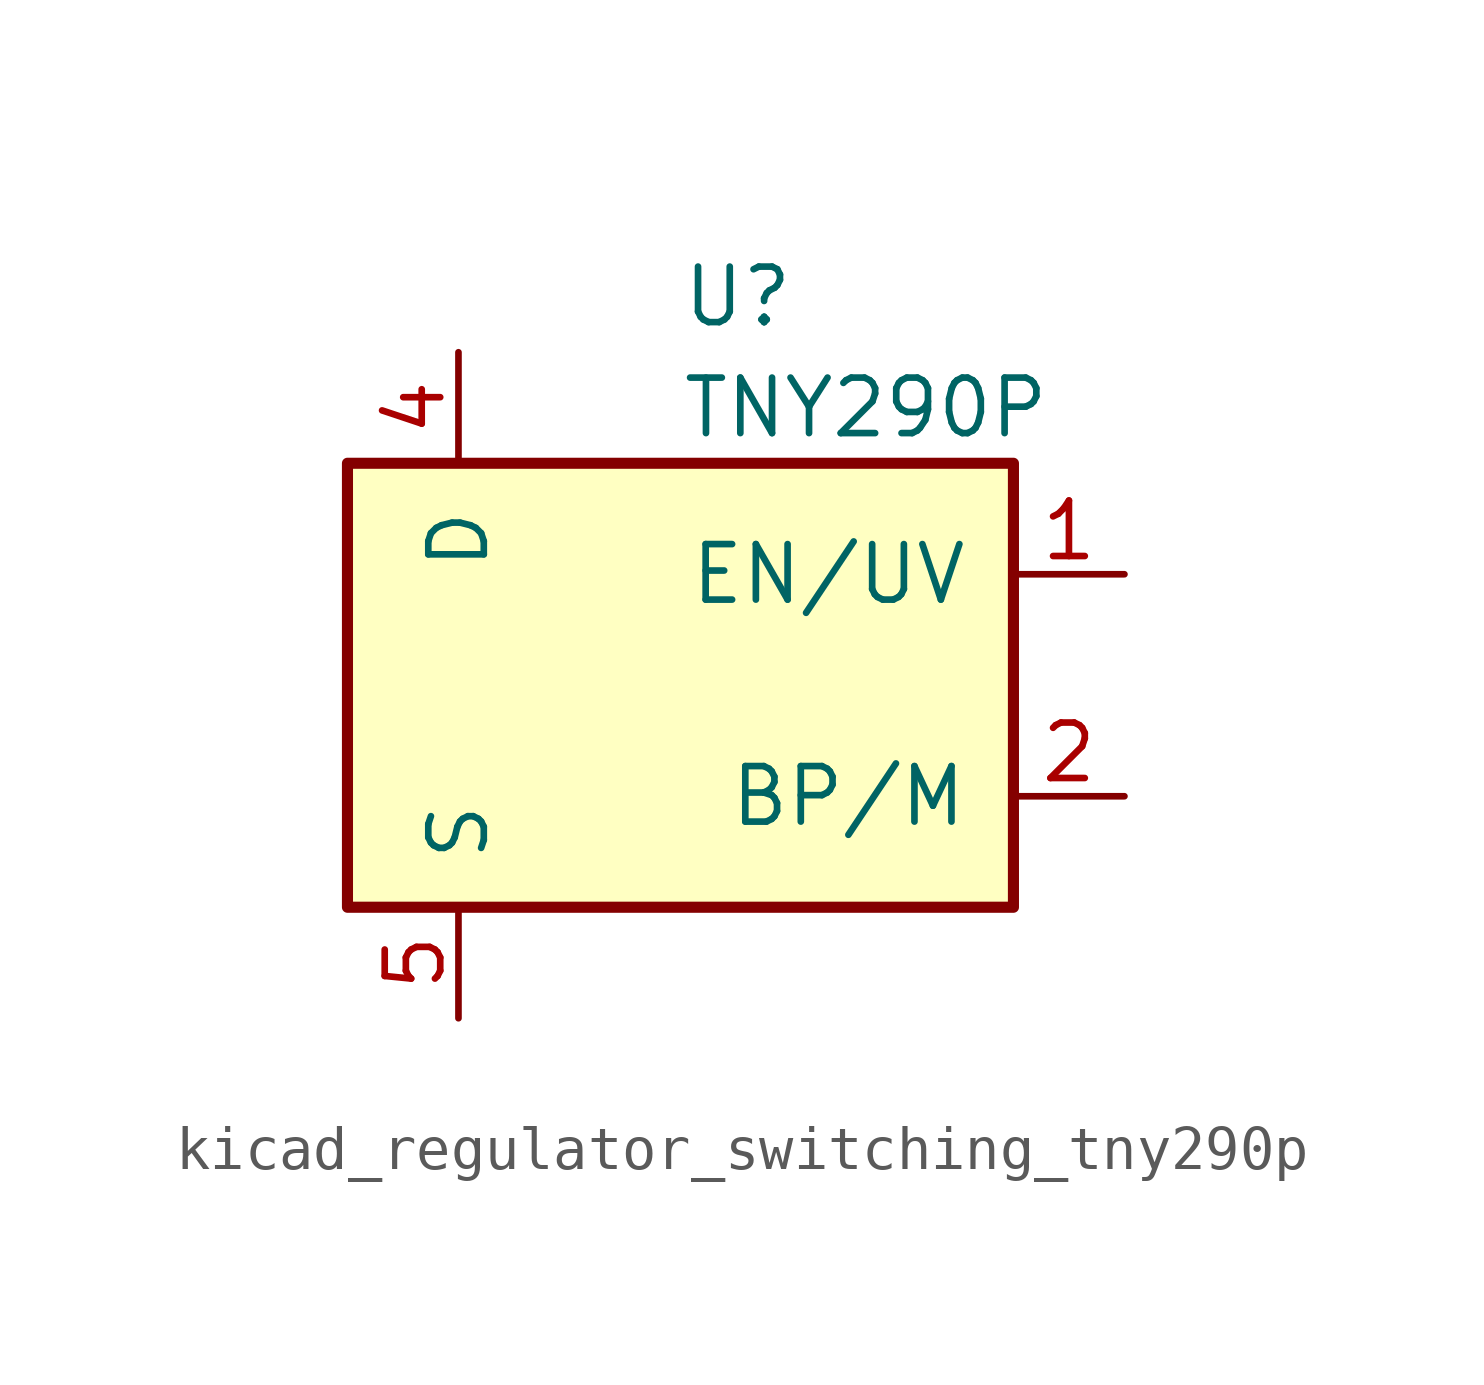
<source format=kicad_sym>
(kicad_symbol_lib
  (version 20220914)
  (generator kicad_symbol_editor)
  (symbol "kicad_regulator_switching_tny290p"
    (pin_names
      (offset 1.016))
    (property "Reference" "U"
      (at 0 8.89 0)
      (effects (font (size 1.27 1.27)) (justify left)))
    (property "Value" "TNY290P"
      (at 0 6.35 0)
      (effects (font (size 1.27 1.27)) (justify left)))
    (symbol "kicad_regulator_switching_tny290p_0_1"
      (rectangle (start -7.62 5.08) (end 7.62 -5.08) (stroke (width 0.254) (type default)) (fill (type background))))
    (symbol "kicad_regulator_switching_tny290p_1_1"
      (pin input line (at 10.16 2.54 180) (length 2.54) (name "EN/UV" (effects (font (size 1.27 1.27)))) (number "1" (effects (font (size 1.27 1.27)))))
      (pin input line (at 10.16 -2.54 180) (length 2.54) (name "BP/M" (effects (font (size 1.27 1.27)))) (number "2" (effects (font (size 1.27 1.27)))))
      (pin open_collector line (at -5.08 7.62 270) (length 2.54) (name "D" (effects (font (size 1.27 1.27)))) (number "4" (effects (font (size 1.27 1.27)))))
      (pin power_in line (at -5.08 -7.62 90) (length 2.54) (name "S" (effects (font (size 1.27 1.27)))) (number "5" (effects (font (size 1.27 1.27)))))
      (pin passive line (at -5.08 -7.62 90) (length 2.54) hide (name "S" (effects (font (size 1.27 1.27)))) (number "6" (effects (font (size 1.27 1.27)))))
      (pin passive line (at -5.08 -7.62 90) (length 2.54) hide (name "S" (effects (font (size 1.27 1.27)))) (number "7" (effects (font (size 1.27 1.27)))))
      (pin passive line (at -5.08 -7.62 90) (length 2.54) hide (name "S" (effects (font (size 1.27 1.27)))) (number "8" (effects (font (size 1.27 1.27))))))))
</source>
